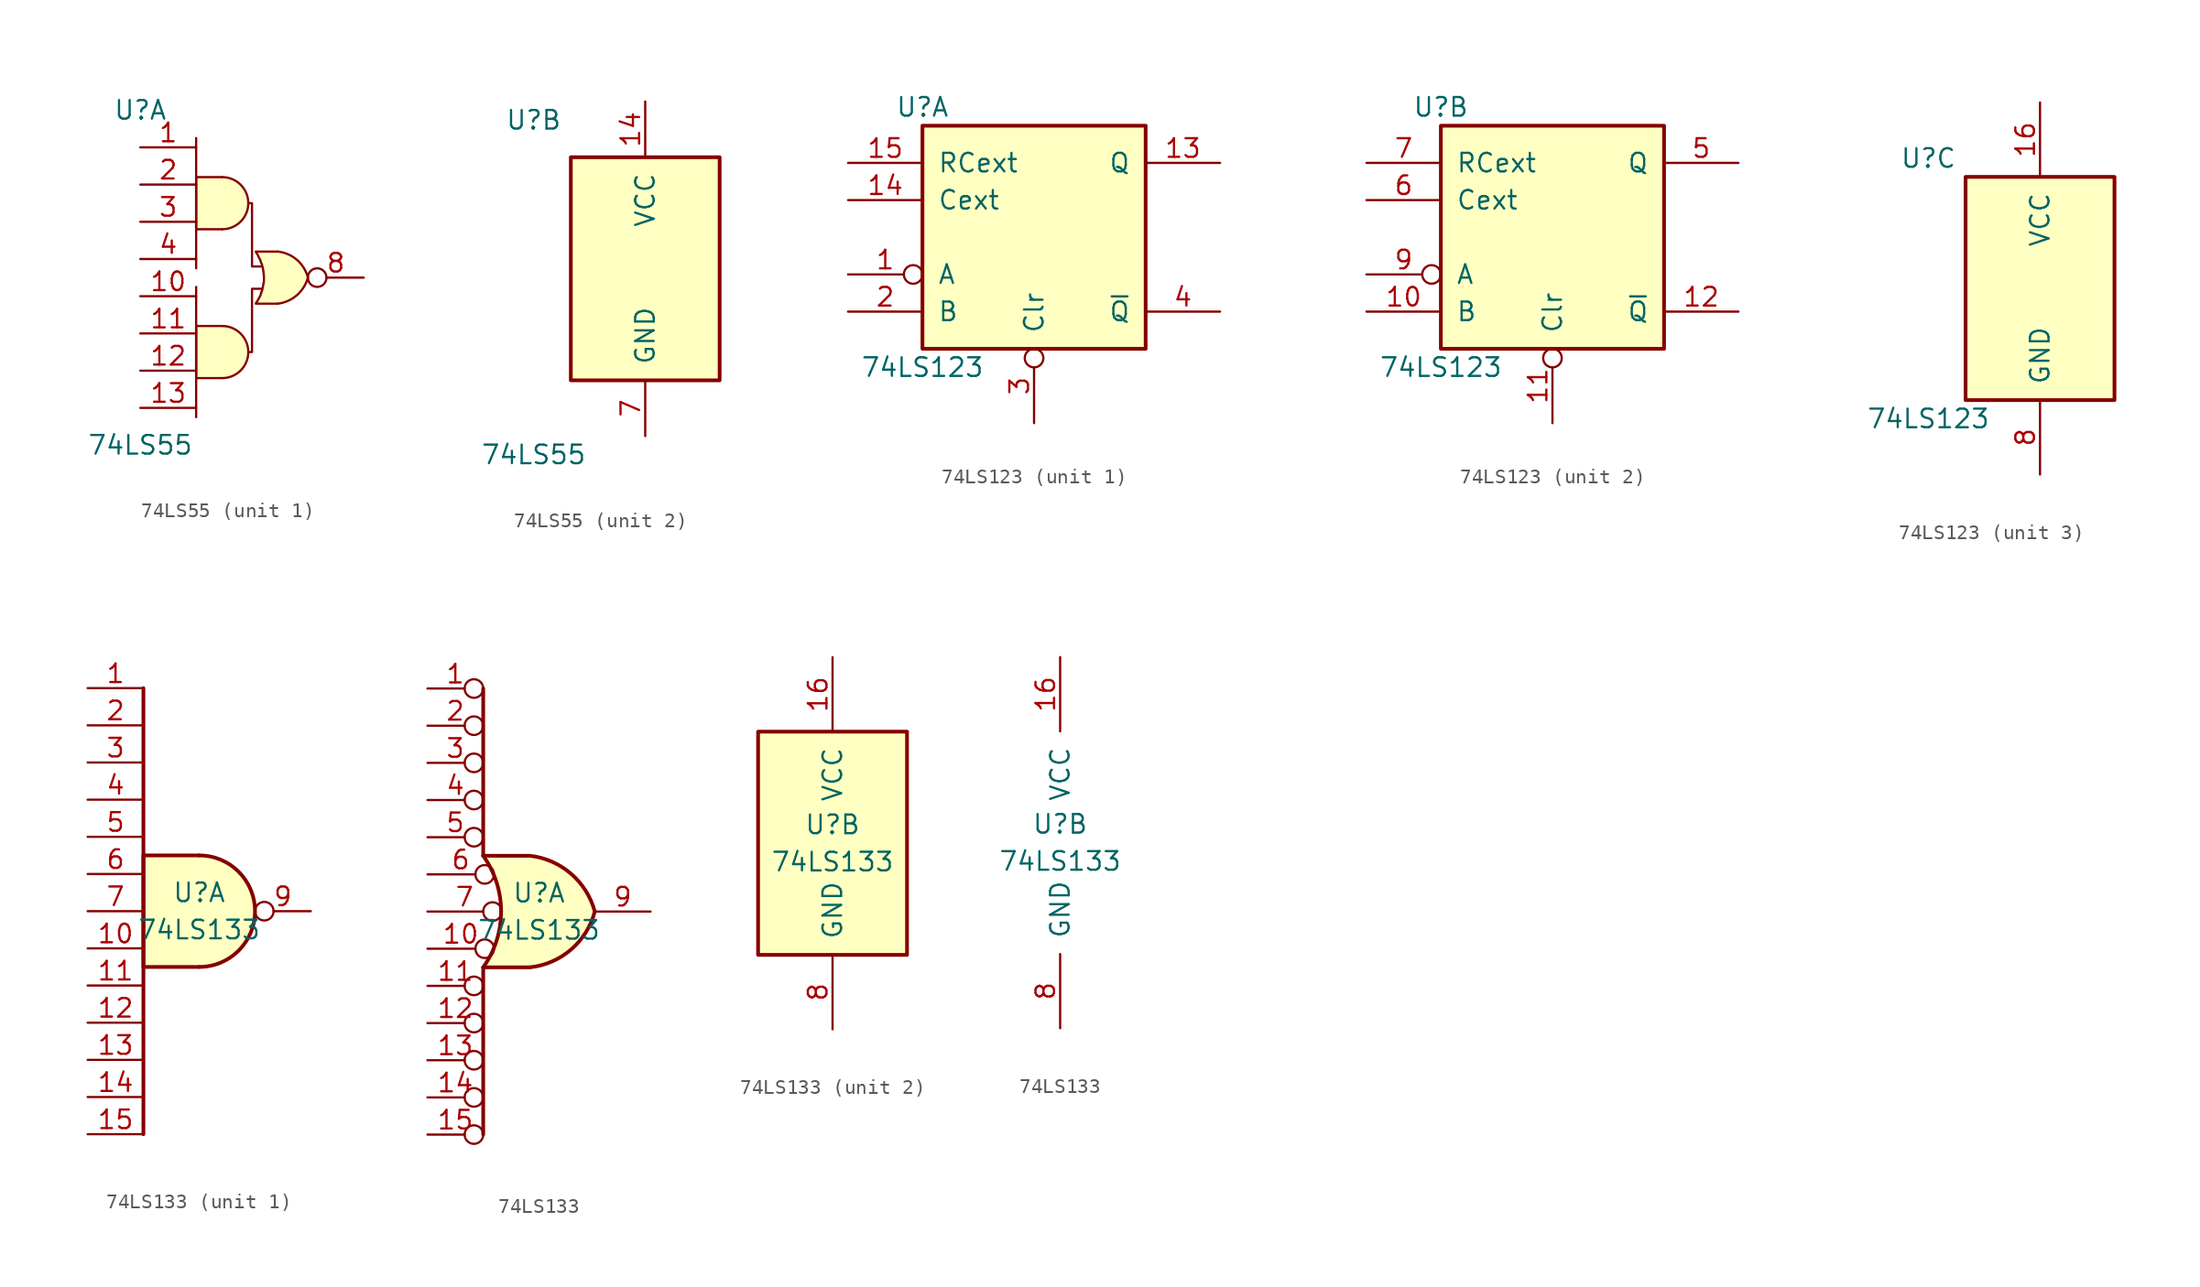
<source format=kicad_sym>
(kicad_symbol_lib
  (version 20201005)
  (generator kicad_symbol_editor)
  (symbol "74LS55"
    (pin_names
      (offset 1.016))
    (property "Reference" "U"
      (at -7.62 10.16 0)
      (effects (font (size 1.27 1.27))))
    (property "Value" "74LS55"
      (at -7.62 -12.7 0)
      (effects (font (size 1.27 1.27))))
    (property "ki_locked" ""
      (at 0 0 0)
      (effects (font (size 1.27 1.27))))
    (symbol "74LS55_1_0"
      (arc (start -2.032 -8.128) (end -2.032 -4.572) (radius (at -2.032 -6.35) (length 1.778) (angles -89.9 89.9)) (stroke (width 0)) (fill (type background)))
      (arc (start -2.032 2.032) (end -2.032 5.588) (radius (at -2.032 3.81) (length 1.778) (angles -89.9 89.9)) (stroke (width 0)) (fill (type background)))
      (arc (start 3.81 -1.27) (end 1.7526 0.508) (radius (at 1.4986 -1.8796) (length 2.413) (angles 15 83.7)) (stroke (width 0.1524)) (fill (type background)))
      (arc (start 3.81 -1.27) (end 1.7526 -3.048) (radius (at 1.4986 -0.6604) (length 2.413) (angles -15 -83.7)) (stroke (width 0.1524)) (fill (type background)))
      (polyline (pts (xy -3.81 -1.905) (xy -3.81 -10.795)) (stroke (width 0)) (fill (type none)))
      (polyline (pts (xy -3.81 8.255) (xy -3.81 -0.635)) (stroke (width 0)) (fill (type none)))
      (polyline (pts (xy -0.254 3.81) (xy 0 3.81) (xy 0 -0.508) (xy 0.635 -0.508)) (stroke (width 0)) (fill (type none)))
      (polyline (pts (xy 0.635 -2.032) (xy 0 -2.032) (xy 0 -6.35) (xy -0.254 -6.35)) (stroke (width 0)) (fill (type none)))
      (polyline (pts (xy -2.032 -4.572) (xy -3.81 -4.572) (xy -3.81 -8.128) (xy -2.032 -8.128)) (stroke (width 0)) (fill (type background)))
      (polyline (pts (xy -2.032 5.588) (xy -3.81 5.588) (xy -3.81 2.032) (xy -2.032 2.032)) (stroke (width 0)) (fill (type background)))
      (polyline (pts (xy 1.753 0.508) (xy 0.254 0.508) (xy 0.254 0.508) (xy 0.305 0.406) (xy 0.381 0.305) (xy 0.432 0.178) (xy 0.483 0.076) (xy 0.559 -0.051) (xy 0.584 -0.152) (xy 0.635 -0.279) (xy 0.686 -0.406) (xy 0.711 -0.508) (xy 0.737 -0.635) (xy 0.762 -0.762) (xy 0.787 -0.889) (xy 0.787 -1.016) (xy 0.813 -1.143) (xy 0.813 -1.27) (xy 0.813 -1.397) (xy 0.813 -1.524) (xy 0.787 -1.651) (xy 0.762 -1.778) (xy 0.737 -1.905) (xy 0.711 -2.032) (xy 0.686 -2.159) (xy 0.635 -2.261) (xy 0.61 -2.388) (xy 0.559 -2.515) (xy 0.508 -2.616) (xy 0.432 -2.743) (xy 0.381 -2.845) (xy 0.305 -2.946) (xy 0.254 -3.048) (xy 0.254 -3.048) (xy 1.753 -3.048)) (stroke (width 0.152)) (fill (type background)))
      (pin input line (at -7.62 7.62 0) (length 3.81) (name "~" (effects (font (size 1.27 1.27)))) (number "1" (effects (font (size 1.27 1.27)))))
      (pin input line (at -7.62 -2.54 0) (length 3.81) (name "~" (effects (font (size 1.27 1.27)))) (number "10" (effects (font (size 1.27 1.27)))))
      (pin input line (at -7.62 -5.08 0) (length 3.81) (name "~" (effects (font (size 1.27 1.27)))) (number "11" (effects (font (size 1.27 1.27)))))
      (pin input line (at -7.62 -7.62 0) (length 3.81) (name "~" (effects (font (size 1.27 1.27)))) (number "12" (effects (font (size 1.27 1.27)))))
      (pin input line (at -7.62 -10.16 0) (length 3.81) (name "~" (effects (font (size 1.27 1.27)))) (number "13" (effects (font (size 1.27 1.27)))))
      (pin input line (at -7.62 5.08 0) (length 3.81) (name "~" (effects (font (size 1.27 1.27)))) (number "2" (effects (font (size 1.27 1.27)))))
      (pin input line (at -7.62 2.54 0) (length 3.81) (name "~" (effects (font (size 1.27 1.27)))) (number "3" (effects (font (size 1.27 1.27)))))
      (pin input line (at -7.62 0 0) (length 3.81) (name "~" (effects (font (size 1.27 1.27)))) (number "4" (effects (font (size 1.27 1.27)))))
      (pin output inverted (at 7.62 -1.27 180) (length 3.81) (name "~" (effects (font (size 1.27 1.27)))) (number "8" (effects (font (size 1.27 1.27))))))
    (symbol "74LS55_2_0"
      (pin power_in line (at 0 11.43 270) (length 3.81) (name "VCC" (effects (font (size 1.27 1.27)))) (number "14" (effects (font (size 1.27 1.27)))))
      (pin power_in line (at 0 -11.43 90) (length 3.81) (name "GND" (effects (font (size 1.27 1.27)))) (number "7" (effects (font (size 1.27 1.27))))))
    (symbol "74LS55_2_1"
      (rectangle (start -5.08 7.62) (end 5.08 -7.62) (stroke (width 0.254)) (fill (type background)))))
  (symbol "74LS123"
    (pin_names
      (offset 1.016))
    (property "Reference" "U"
      (at -7.62 8.89 0)
      (effects (font (size 1.27 1.27))))
    (property "Value" "74LS123"
      (at -7.62 -8.89 0)
      (effects (font (size 1.27 1.27))))
    (property "ki_locked" ""
      (at 0 0 0)
      (effects (font (size 1.27 1.27))))
    (symbol "74LS123_1_0"
      (pin input inverted (at -12.7 -2.54 0) (length 5.08) (name "A" (effects (font (size 1.27 1.27)))) (number "1" (effects (font (size 1.27 1.27)))))
      (pin output line (at 12.7 5.08 180) (length 5.08) (name "Q" (effects (font (size 1.27 1.27)))) (number "13" (effects (font (size 1.27 1.27)))))
      (pin input line (at -12.7 2.54 0) (length 5.08) (name "Cext" (effects (font (size 1.27 1.27)))) (number "14" (effects (font (size 1.27 1.27)))))
      (pin input line (at -12.7 5.08 0) (length 5.08) (name "RCext" (effects (font (size 1.27 1.27)))) (number "15" (effects (font (size 1.27 1.27)))))
      (pin input line (at -12.7 -5.08 0) (length 5.08) (name "B" (effects (font (size 1.27 1.27)))) (number "2" (effects (font (size 1.27 1.27)))))
      (pin input inverted (at 0 -12.7 90) (length 5.08) (name "Clr" (effects (font (size 1.27 1.27)))) (number "3" (effects (font (size 1.27 1.27)))))
      (pin output line (at 12.7 -5.08 180) (length 5.08) (name "~Q" (effects (font (size 1.27 1.27)))) (number "4" (effects (font (size 1.27 1.27))))))
    (symbol "74LS123_1_1"
      (rectangle (start -7.62 7.62) (end 7.62 -7.62) (stroke (width 0.254)) (fill (type background))))
    (symbol "74LS123_2_0"
      (pin input line (at -12.7 -5.08 0) (length 5.08) (name "B" (effects (font (size 1.27 1.27)))) (number "10" (effects (font (size 1.27 1.27)))))
      (pin input inverted (at 0 -12.7 90) (length 5.08) (name "Clr" (effects (font (size 1.27 1.27)))) (number "11" (effects (font (size 1.27 1.27)))))
      (pin output line (at 12.7 -5.08 180) (length 5.08) (name "~Q" (effects (font (size 1.27 1.27)))) (number "12" (effects (font (size 1.27 1.27)))))
      (pin output line (at 12.7 5.08 180) (length 5.08) (name "Q" (effects (font (size 1.27 1.27)))) (number "5" (effects (font (size 1.27 1.27)))))
      (pin input line (at -12.7 2.54 0) (length 5.08) (name "Cext" (effects (font (size 1.27 1.27)))) (number "6" (effects (font (size 1.27 1.27)))))
      (pin input line (at -12.7 5.08 0) (length 5.08) (name "RCext" (effects (font (size 1.27 1.27)))) (number "7" (effects (font (size 1.27 1.27)))))
      (pin input inverted (at -12.7 -2.54 0) (length 5.08) (name "A" (effects (font (size 1.27 1.27)))) (number "9" (effects (font (size 1.27 1.27))))))
    (symbol "74LS123_2_1"
      (rectangle (start -7.62 7.62) (end 7.62 -7.62) (stroke (width 0.254)) (fill (type background))))
    (symbol "74LS123_3_0"
      (pin power_in line (at 0 12.7 270) (length 5.08) (name "VCC" (effects (font (size 1.27 1.27)))) (number "16" (effects (font (size 1.27 1.27)))))
      (pin power_in line (at 0 -12.7 90) (length 5.08) (name "GND" (effects (font (size 1.27 1.27)))) (number "8" (effects (font (size 1.27 1.27))))))
    (symbol "74LS123_3_1"
      (rectangle (start -5.08 7.62) (end 5.08 -7.62) (stroke (width 0.254)) (fill (type background)))))
  (symbol "74LS133"
    (pin_names
      (offset 1.016))
    (property "Reference" "U"
      (at 0 1.27 0)
      (effects (font (size 1.27 1.27))))
    (property "Value" "74LS133"
      (at 0 -1.27 0)
      (effects (font (size 1.27 1.27))))
    (property "ki_locked" ""
      (at 0 0 0)
      (effects (font (size 1.27 1.27))))
    (symbol "74LS133_1_1"
      (arc (start 0 -3.81) (end 0 3.81) (radius (at 0 0) (length 3.81) (angles -89.9 89.9)) (stroke (width 0.254)) (fill (type background)))
      (polyline (pts (xy -3.81 15.24) (xy -3.81 -15.24)) (stroke (width 0.254)) (fill (type none)))
      (polyline (pts (xy 0 3.81) (xy -3.81 3.81) (xy -3.81 -3.81) (xy 0 -3.81)) (stroke (width 0.254)) (fill (type background)))
      (pin input line (at -7.62 15.24 0) (length 3.81) (name "~" (effects (font (size 1.27 1.27)))) (number "1" (effects (font (size 1.27 1.27)))))
      (pin input line (at -7.62 -2.54 0) (length 3.81) (name "~" (effects (font (size 1.27 1.27)))) (number "10" (effects (font (size 1.27 1.27)))))
      (pin input line (at -7.62 -5.08 0) (length 3.81) (name "~" (effects (font (size 1.27 1.27)))) (number "11" (effects (font (size 1.27 1.27)))))
      (pin input line (at -7.62 -7.62 0) (length 3.81) (name "~" (effects (font (size 1.27 1.27)))) (number "12" (effects (font (size 1.27 1.27)))))
      (pin input line (at -7.62 -10.16 0) (length 3.81) (name "~" (effects (font (size 1.27 1.27)))) (number "13" (effects (font (size 1.27 1.27)))))
      (pin input line (at -7.62 -12.7 0) (length 3.81) (name "~" (effects (font (size 1.27 1.27)))) (number "14" (effects (font (size 1.27 1.27)))))
      (pin input line (at -7.62 -15.24 0) (length 3.81) (name "~" (effects (font (size 1.27 1.27)))) (number "15" (effects (font (size 1.27 1.27)))))
      (pin input line (at -7.62 12.7 0) (length 3.81) (name "~" (effects (font (size 1.27 1.27)))) (number "2" (effects (font (size 1.27 1.27)))))
      (pin input line (at -7.62 10.16 0) (length 3.81) (name "~" (effects (font (size 1.27 1.27)))) (number "3" (effects (font (size 1.27 1.27)))))
      (pin input line (at -7.62 7.62 0) (length 3.81) (name "~" (effects (font (size 1.27 1.27)))) (number "4" (effects (font (size 1.27 1.27)))))
      (pin input line (at -7.62 5.08 0) (length 3.81) (name "~" (effects (font (size 1.27 1.27)))) (number "5" (effects (font (size 1.27 1.27)))))
      (pin input line (at -7.62 2.54 0) (length 3.81) (name "~" (effects (font (size 1.27 1.27)))) (number "6" (effects (font (size 1.27 1.27)))))
      (pin input line (at -7.62 0 0) (length 3.81) (name "~" (effects (font (size 1.27 1.27)))) (number "7" (effects (font (size 1.27 1.27)))))
      (pin output inverted (at 7.62 0 180) (length 3.81) (name "~" (effects (font (size 1.27 1.27)))) (number "9" (effects (font (size 1.27 1.27))))))
    (symbol "74LS133_1_2"
      (arc (start -3.81 3.81) (end -3.81 -3.81) (radius (at -9.144 0) (length 6.5532) (angles 35.4 -35.4)) (stroke (width 0.254)) (fill (type none)))
      (arc (start 3.81 0) (end -0.6096 3.81) (radius (at -1.1938 -1.3208) (length 5.1816) (angles 15 83.7)) (stroke (width 0.254)) (fill (type background)))
      (arc (start 3.81 0) (end -0.6096 -3.81) (radius (at -1.1938 1.3208) (length 5.1816) (angles -15 -83.7)) (stroke (width 0.254)) (fill (type background)))
      (polyline (pts (xy -3.81 -3.81) (xy -3.81 -15.24)) (stroke (width 0.254)) (fill (type none)))
      (polyline (pts (xy -3.81 15.24) (xy -3.81 3.81)) (stroke (width 0.254)) (fill (type none)))
      (polyline (pts (xy -3.81 -3.81) (xy -0.635 -3.81)) (stroke (width 0.254)) (fill (type background)))
      (polyline (pts (xy -3.81 3.81) (xy -0.635 3.81)) (stroke (width 0.254)) (fill (type background)))
      (polyline (pts (xy -0.635 3.81) (xy -3.81 3.81) (xy -3.81 3.81) (xy -3.556 3.404) (xy -3.023 2.261) (xy -2.692 1.041) (xy -2.616 -0.254) (xy -2.769 -1.499) (xy -3.175 -2.718) (xy -3.81 -3.81) (xy -3.81 -3.81) (xy -0.635 -3.81)) (stroke (width -25.4)) (fill (type background)))
      (pin input inverted (at -7.62 15.24 0) (length 3.81) (name "~" (effects (font (size 1.27 1.27)))) (number "1" (effects (font (size 1.27 1.27)))))
      (pin input inverted (at -7.62 -2.54 0) (length 4.547) (name "~" (effects (font (size 1.27 1.27)))) (number "10" (effects (font (size 1.27 1.27)))))
      (pin input inverted (at -7.62 -5.08 0) (length 3.81) (name "~" (effects (font (size 1.27 1.27)))) (number "11" (effects (font (size 1.27 1.27)))))
      (pin input inverted (at -7.62 -7.62 0) (length 3.81) (name "~" (effects (font (size 1.27 1.27)))) (number "12" (effects (font (size 1.27 1.27)))))
      (pin input inverted (at -7.62 -10.16 0) (length 3.81) (name "~" (effects (font (size 1.27 1.27)))) (number "13" (effects (font (size 1.27 1.27)))))
      (pin input inverted (at -7.62 -12.7 0) (length 3.81) (name "~" (effects (font (size 1.27 1.27)))) (number "14" (effects (font (size 1.27 1.27)))))
      (pin input inverted (at -7.62 -15.24 0) (length 3.81) (name "~" (effects (font (size 1.27 1.27)))) (number "15" (effects (font (size 1.27 1.27)))))
      (pin input inverted (at -7.62 12.7 0) (length 3.81) (name "~" (effects (font (size 1.27 1.27)))) (number "2" (effects (font (size 1.27 1.27)))))
      (pin input inverted (at -7.62 10.16 0) (length 3.81) (name "~" (effects (font (size 1.27 1.27)))) (number "3" (effects (font (size 1.27 1.27)))))
      (pin input inverted (at -7.62 7.62 0) (length 3.81) (name "~" (effects (font (size 1.27 1.27)))) (number "4" (effects (font (size 1.27 1.27)))))
      (pin input inverted (at -7.62 5.08 0) (length 3.81) (name "~" (effects (font (size 1.27 1.27)))) (number "5" (effects (font (size 1.27 1.27)))))
      (pin input inverted (at -7.62 2.54 0) (length 4.547) (name "~" (effects (font (size 1.27 1.27)))) (number "6" (effects (font (size 1.27 1.27)))))
      (pin input inverted (at -7.62 0 0) (length 5.08) (name "~" (effects (font (size 1.27 1.27)))) (number "7" (effects (font (size 1.27 1.27)))))
      (pin output line (at 7.62 0 180) (length 3.81) (name "~" (effects (font (size 1.27 1.27)))) (number "9" (effects (font (size 1.27 1.27))))))
    (symbol "74LS133_2_0"
      (pin power_in line (at 0 12.7 270) (length 5.08) (name "VCC" (effects (font (size 1.27 1.27)))) (number "16" (effects (font (size 1.27 1.27)))))
      (pin power_in line (at 0 -12.7 90) (length 5.08) (name "GND" (effects (font (size 1.27 1.27)))) (number "8" (effects (font (size 1.27 1.27))))))
    (symbol "74LS133_2_1"
      (rectangle (start -5.08 7.62) (end 5.08 -7.62) (stroke (width 0.254)) (fill (type background))))))
</source>
